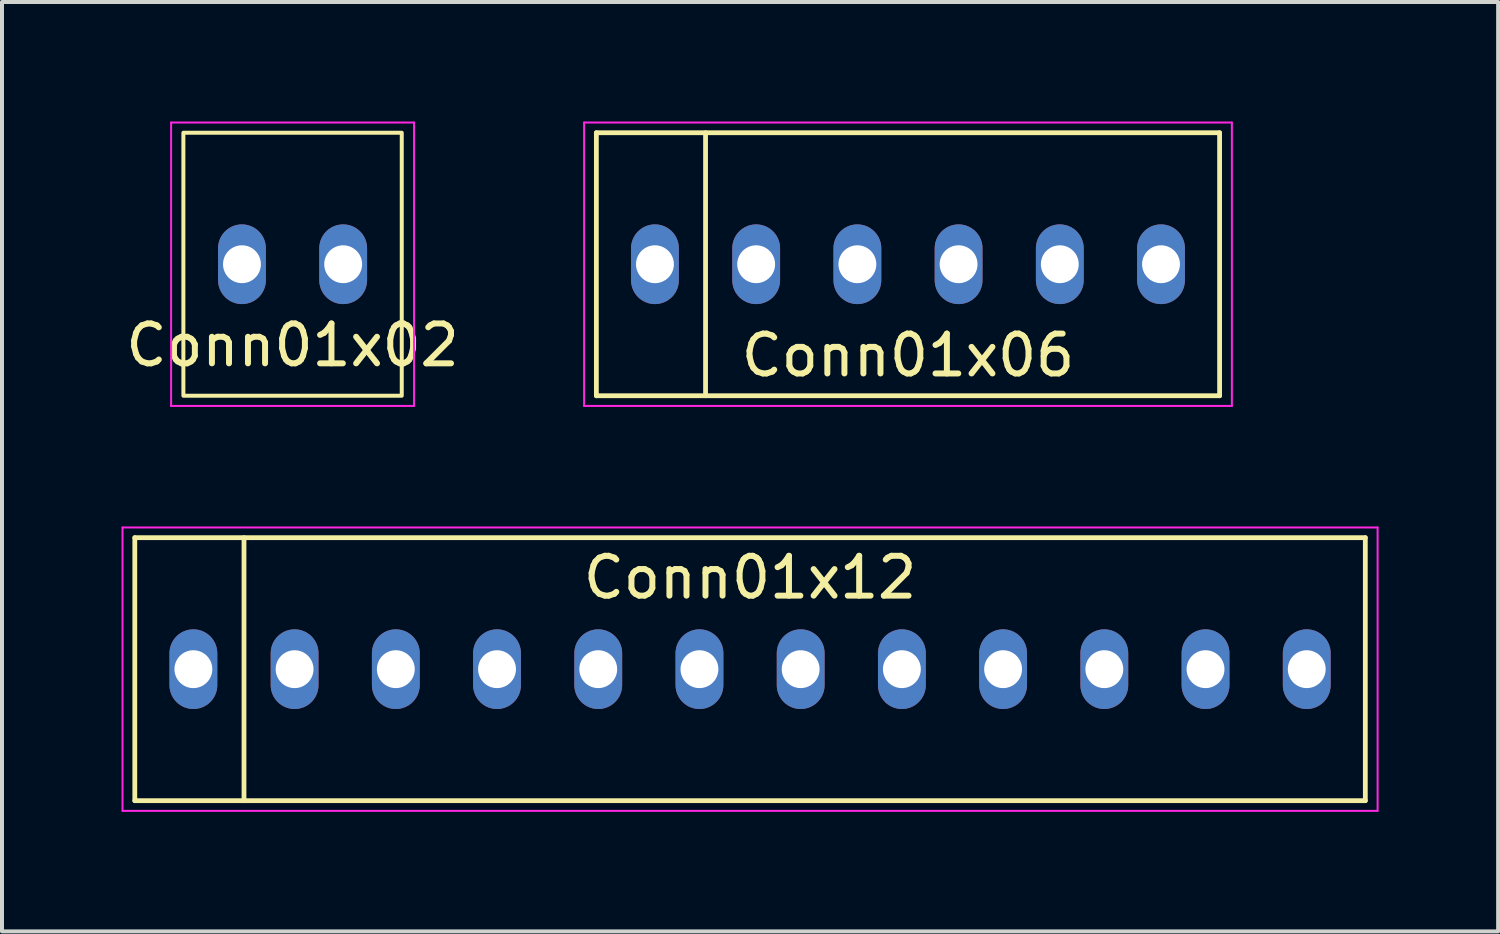
<source format=kicad_pcb>
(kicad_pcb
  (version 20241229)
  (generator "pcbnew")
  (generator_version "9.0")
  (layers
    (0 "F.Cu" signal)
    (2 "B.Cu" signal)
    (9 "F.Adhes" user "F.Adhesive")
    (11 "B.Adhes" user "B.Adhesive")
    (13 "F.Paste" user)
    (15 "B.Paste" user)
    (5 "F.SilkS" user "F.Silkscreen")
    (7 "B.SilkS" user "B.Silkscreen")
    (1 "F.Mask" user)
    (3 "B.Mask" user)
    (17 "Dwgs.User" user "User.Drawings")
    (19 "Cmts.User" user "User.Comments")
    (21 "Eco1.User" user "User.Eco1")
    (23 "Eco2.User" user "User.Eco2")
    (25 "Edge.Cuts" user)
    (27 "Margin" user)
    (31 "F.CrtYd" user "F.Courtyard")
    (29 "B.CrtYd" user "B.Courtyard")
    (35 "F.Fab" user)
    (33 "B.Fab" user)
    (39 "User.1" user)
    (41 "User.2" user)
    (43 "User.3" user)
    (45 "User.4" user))
  (footprint "Conn01x12"
    (layer "F.Cu")
    (at 15.773 13.743)
    (property "Reference" "Conn01x12" (at 0 -2.3 0) (layer "F.SilkS") (effects (font (size 1 1) (thickness 0.15))))
    (attr through_hole)
    (fp_line (start -15.44 -3.3) (end -15.44 3.3) (stroke (width 0.12) (type default)) (layer "F.SilkS"))
    (fp_line (start -15.44 3.3) (end 15.44 3.3) (stroke (width 0.12) (type default)) (layer "F.SilkS"))
    (fp_line (start -12.7 3.3) (end -12.7 -3.3) (stroke (width 0.12) (type default)) (layer "F.SilkS"))
    (fp_line (start 15.44 -3.3) (end -15.44 -3.3) (stroke (width 0.12) (type default)) (layer "F.SilkS"))
    (fp_line (start 15.44 3.3) (end 15.44 -3.3) (stroke (width 0.12) (type default)) (layer "F.SilkS"))
    (fp_line (start -15.748 -3.556) (end 15.748 -3.556) (stroke (width 0.05) (type default)) (layer "F.CrtYd"))
    (fp_line (start -15.748 3.556) (end -15.748 -3.556) (stroke (width 0.05) (type default)) (layer "F.CrtYd"))
    (fp_line (start 15.748 -3.556) (end 15.748 3.556) (stroke (width 0.05) (type default)) (layer "F.CrtYd"))
    (fp_line (start 15.748 3.556) (end -15.748 3.556) (stroke (width 0.05) (type default)) (layer "F.CrtYd"))
    (pad "1" thru_hole oval (at -13.97 0) (size 1.2 2) (drill 0.95) (layers "*.Cu" "*.Mask"))
    (pad "2" thru_hole oval (at -11.43 0) (size 1.2 2) (drill 0.95) (layers "*.Cu" "*.Mask"))
    (pad "3" thru_hole oval (at -8.89 0) (size 1.2 2) (drill 0.95) (layers "*.Cu" "*.Mask"))
    (pad "4" thru_hole oval (at -6.35 0) (size 1.2 2) (drill 0.95) (layers "*.Cu" "*.Mask"))
    (pad "5" thru_hole oval (at -3.81 0) (size 1.2 2) (drill 0.95) (layers "*.Cu" "*.Mask"))
    (pad "6" thru_hole oval (at -1.27 0) (size 1.2 2) (drill 0.95) (layers "*.Cu" "*.Mask"))
    (pad "7" thru_hole oval (at 1.27 0) (size 1.2 2) (drill 0.95) (layers "*.Cu" "*.Mask"))
    (pad "8" thru_hole oval (at 3.81 0) (size 1.2 2) (drill 0.95) (layers "*.Cu" "*.Mask"))
    (pad "9" thru_hole oval (at 6.35 0) (size 1.2 2) (drill 0.95) (layers "*.Cu" "*.Mask"))
    (pad "10" thru_hole oval (at 8.89 0) (size 1.2 2) (drill 0.95) (layers "*.Cu" "*.Mask"))
    (pad "11" thru_hole oval (at 11.43 0) (size 1.2 2) (drill 0.95) (layers "*.Cu" "*.Mask"))
    (pad "12" thru_hole oval (at 13.97 0) (size 1.2 2) (drill 0.95) (layers "*.Cu" "*.Mask")))
  (footprint "Conn01x06"
    (layer "F.Cu")
    (at 19.736 3.581)
    (property "Reference" "Conn01x06" (at 0 2.286 0) (layer "F.SilkS") (effects (font (size 1 1) (thickness 0.15))))
    (attr through_hole)
    (fp_line (start -7.82 -3.3) (end 7.82 -3.3) (stroke (width 0.12) (type default)) (layer "F.SilkS"))
    (fp_line (start -7.82 3.3) (end -7.82 -3.3) (stroke (width 0.12) (type default)) (layer "F.SilkS"))
    (fp_line (start -5.08 -3.3) (end -5.08 3.3) (stroke (width 0.12) (type default)) (layer "F.SilkS"))
    (fp_line (start 7.82 -3.3) (end 7.82 3.3) (stroke (width 0.12) (type default)) (layer "F.SilkS"))
    (fp_line (start 7.82 3.3) (end -7.82 3.3) (stroke (width 0.12) (type default)) (layer "F.SilkS"))
    (fp_line (start -8.128 -3.556) (end 8.128 -3.556) (stroke (width 0.05) (type default)) (layer "F.CrtYd"))
    (fp_line (start -8.128 3.556) (end -8.128 -3.556) (stroke (width 0.05) (type default)) (layer "F.CrtYd"))
    (fp_line (start 8.128 -3.556) (end 8.128 3.556) (stroke (width 0.05) (type default)) (layer "F.CrtYd"))
    (fp_line (start 8.128 3.556) (end -8.128 3.556) (stroke (width 0.05) (type default)) (layer "F.CrtYd"))
    (pad "1" thru_hole oval (at -6.35 0) (size 1.2 2) (drill 0.95) (layers "*.Cu" "*.Mask"))
    (pad "2" thru_hole oval (at -3.81 0) (size 1.2 2) (drill 0.95) (layers "*.Cu" "*.Mask"))
    (pad "3" thru_hole oval (at -1.27 0) (size 1.2 2) (drill 0.95) (layers "*.Cu" "*.Mask"))
    (pad "4" thru_hole oval (at 1.27 0) (size 1.2 2) (drill 0.95) (layers "*.Cu" "*.Mask"))
    (pad "5" thru_hole oval (at 3.81 0) (size 1.2 2) (drill 0.95) (layers "*.Cu" "*.Mask"))
    (pad "6" thru_hole oval (at 6.35 0) (size 1.2 2) (drill 0.95) (layers "*.Cu" "*.Mask")))
  (footprint "Conn01x02"
    (layer "F.Cu")
    (at 4.292 3.581)
    (property "Reference" "Conn01x02" (at 0 2.032 0) (layer "F.SilkS") (effects (font (size 1 1) (thickness 0.15))))
    (attr through_hole)
    (fp_rect (start -2.74 -3.3) (end 2.74 3.3) (stroke (width 0.1) (type solid)) (fill no) (layer "F.SilkS"))
    (fp_line (start -3.048 -3.556) (end 3.048 -3.556) (stroke (width 0.05) (type default)) (layer "F.CrtYd"))
    (fp_line (start -3.048 3.556) (end -3.048 -3.556) (stroke (width 0.05) (type default)) (layer "F.CrtYd"))
    (fp_line (start 3.048 -3.556) (end 3.048 3.556) (stroke (width 0.05) (type default)) (layer "F.CrtYd"))
    (fp_line (start 3.048 3.556) (end -3.048 3.556) (stroke (width 0.05) (type default)) (layer "F.CrtYd"))
    (pad "1" thru_hole oval (at -1.27 0) (size 1.2 2) (drill 0.95) (layers "*.Cu" "*.Mask"))
    (pad "2" thru_hole oval (at 1.27 0) (size 1.2 2) (drill 0.95) (layers "*.Cu" "*.Mask")))
  (gr_rect
    (start -3 -3)
    (end 34.546 20.324)
    (stroke (width 0.1) (type default))
    (fill no)
    (layer "Edge.Cuts")))
</source>
